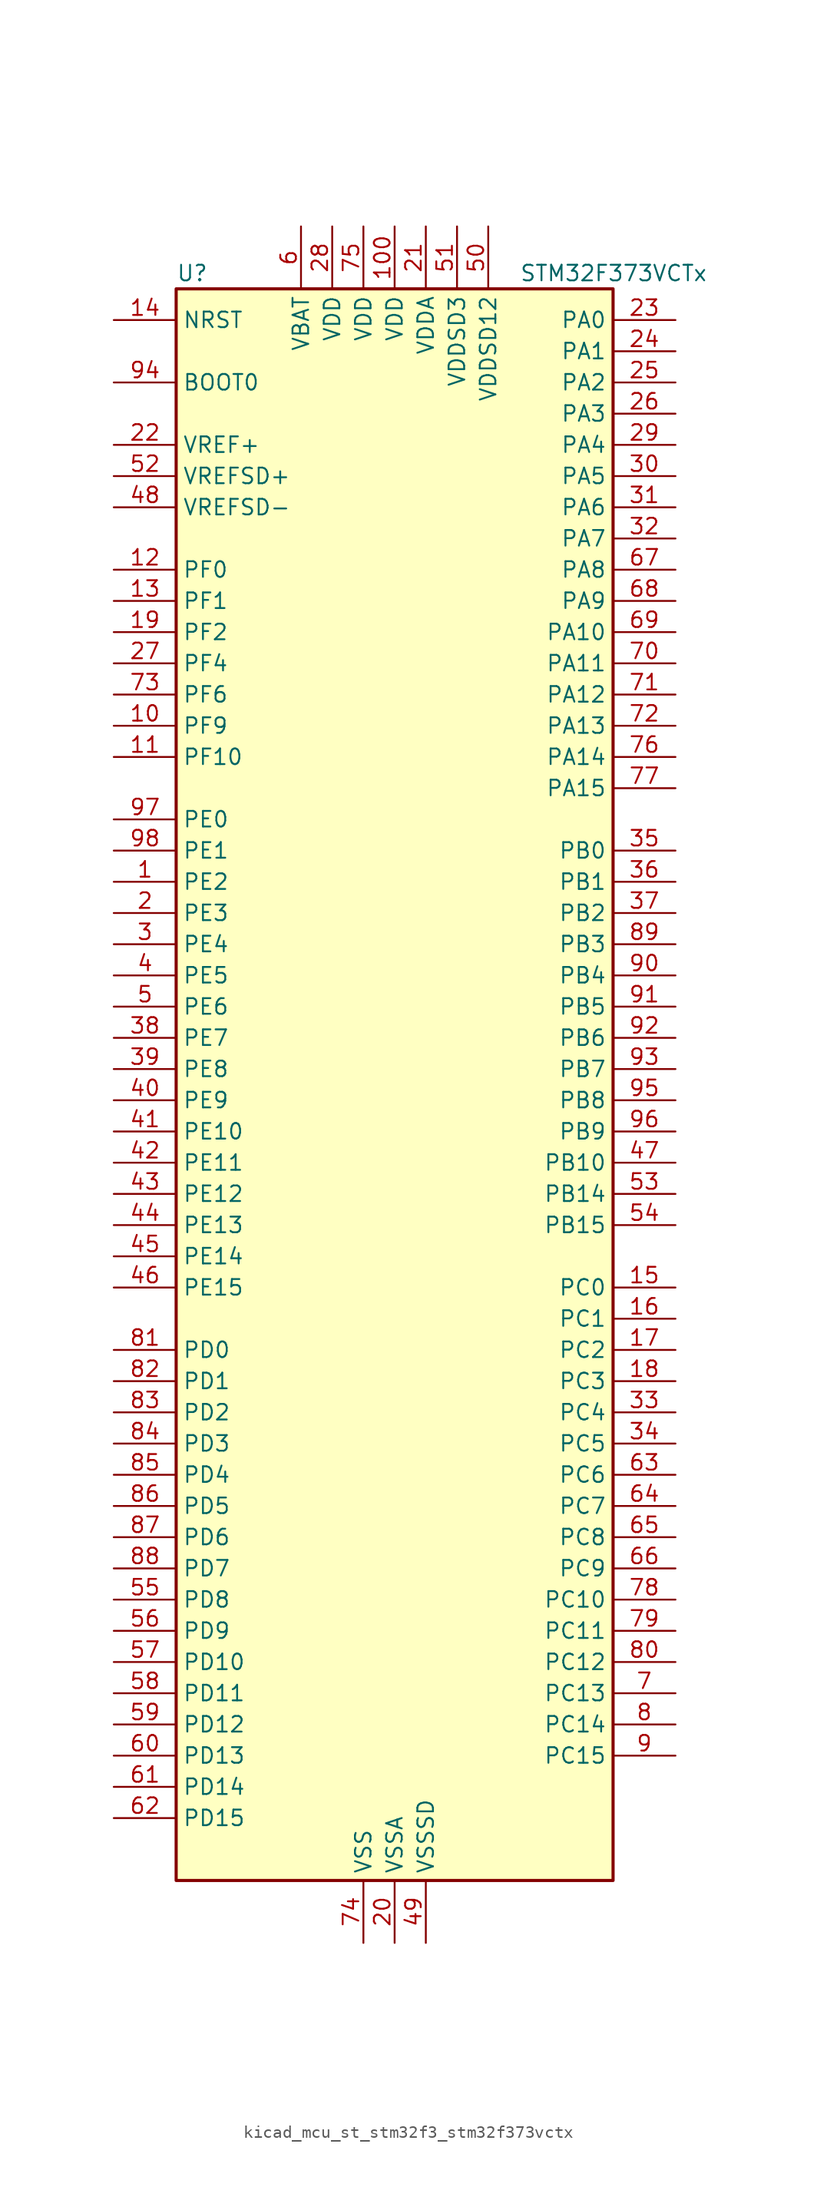
<source format=kicad_sym>
(kicad_symbol_lib
  (version 20220914)
  (generator kicad_symbol_editor)
  (symbol "kicad_mcu_st_stm32f3_stm32f373vctx"
    (property "Reference" "U"
      (at -17.78 67.31 0)
      (effects (font (size 1.27 1.27)) (justify left)))
    (property "Value" "STM32F373VCTx"
      (at 10.16 67.31 0)
      (effects (font (size 1.27 1.27)) (justify left)))
    (property "ki_locked" ""
      (at 0 0 0)
      (effects (font (size 1.27 1.27))))
    (symbol "kicad_mcu_st_stm32f3_stm32f373vctx_0_1"
      (rectangle (start -17.78 -63.5) (end 17.78 66.04) (stroke (width 0.254) (type default)) (fill (type background))))
    (symbol "kicad_mcu_st_stm32f3_stm32f373vctx_1_1"
      (pin bidirectional line (at -22.86 17.78 0) (length 5.08) (name "PE2" (effects (font (size 1.27 1.27)))) (number "1" (effects (font (size 1.27 1.27)))) (alternate "SYS_TRACECK" bidirectional line) (alternate "TSC_G7_IO1" bidirectional line))
      (pin bidirectional line (at -22.86 30.48 0) (length 5.08) (name "PF9" (effects (font (size 1.27 1.27)))) (number "10" (effects (font (size 1.27 1.27)))) (alternate "DAC1_EXTI9" bidirectional line) (alternate "DAC2_EXTI9" bidirectional line) (alternate "TIM14_CH1" bidirectional line))
      (pin power_in line (at 0 71.12 270) (length 5.08) (name "VDD" (effects (font (size 1.27 1.27)))) (number "100" (effects (font (size 1.27 1.27)))))
      (pin bidirectional line (at -22.86 27.94 0) (length 5.08) (name "PF10" (effects (font (size 1.27 1.27)))) (number "11" (effects (font (size 1.27 1.27)))))
      (pin bidirectional line (at -22.86 43.18 0) (length 5.08) (name "PF0" (effects (font (size 1.27 1.27)))) (number "12" (effects (font (size 1.27 1.27)))) (alternate "I2C2_SDA" bidirectional line) (alternate "RCC_OSC_IN" bidirectional line))
      (pin bidirectional line (at -22.86 40.64 0) (length 5.08) (name "PF1" (effects (font (size 1.27 1.27)))) (number "13" (effects (font (size 1.27 1.27)))) (alternate "I2C2_SCL" bidirectional line) (alternate "RCC_OSC_OUT" bidirectional line))
      (pin input line (at -22.86 63.5 0) (length 5.08) (name "NRST" (effects (font (size 1.27 1.27)))) (number "14" (effects (font (size 1.27 1.27)))))
      (pin bidirectional line (at 22.86 -15.24 180) (length 5.08) (name "PC0" (effects (font (size 1.27 1.27)))) (number "15" (effects (font (size 1.27 1.27)))) (alternate "ADC1_IN10" bidirectional line) (alternate "TIM5_CH1" bidirectional line) (alternate "TIM5_ETR" bidirectional line))
      (pin bidirectional line (at 22.86 -17.78 180) (length 5.08) (name "PC1" (effects (font (size 1.27 1.27)))) (number "16" (effects (font (size 1.27 1.27)))) (alternate "ADC1_IN11" bidirectional line) (alternate "TIM5_CH2" bidirectional line))
      (pin bidirectional line (at 22.86 -20.32 180) (length 5.08) (name "PC2" (effects (font (size 1.27 1.27)))) (number "17" (effects (font (size 1.27 1.27)))) (alternate "ADC1_IN12" bidirectional line) (alternate "I2S2_MCK" bidirectional line) (alternate "SPI2_MISO" bidirectional line) (alternate "TIM5_CH3" bidirectional line))
      (pin bidirectional line (at 22.86 -22.86 180) (length 5.08) (name "PC3" (effects (font (size 1.27 1.27)))) (number "18" (effects (font (size 1.27 1.27)))) (alternate "ADC1_IN13" bidirectional line) (alternate "I2S2_SD" bidirectional line) (alternate "SPI2_MOSI" bidirectional line) (alternate "TIM5_CH4" bidirectional line))
      (pin bidirectional line (at -22.86 38.1 0) (length 5.08) (name "PF2" (effects (font (size 1.27 1.27)))) (number "19" (effects (font (size 1.27 1.27)))) (alternate "I2C2_SMBA" bidirectional line))
      (pin bidirectional line (at -22.86 15.24 0) (length 5.08) (name "PE3" (effects (font (size 1.27 1.27)))) (number "2" (effects (font (size 1.27 1.27)))) (alternate "SYS_TRACED0" bidirectional line) (alternate "TSC_G7_IO2" bidirectional line))
      (pin power_in line (at 0 -68.58 90) (length 5.08) (name "VSSA" (effects (font (size 1.27 1.27)))) (number "20" (effects (font (size 1.27 1.27)))))
      (pin power_in line (at 2.54 71.12 270) (length 5.08) (name "VDDA" (effects (font (size 1.27 1.27)))) (number "21" (effects (font (size 1.27 1.27)))))
      (pin input line (at -22.86 53.34 0) (length 5.08) (name "VREF+" (effects (font (size 1.27 1.27)))) (number "22" (effects (font (size 1.27 1.27)))))
      (pin bidirectional line (at 22.86 63.5 180) (length 5.08) (name "PA0" (effects (font (size 1.27 1.27)))) (number "23" (effects (font (size 1.27 1.27)))) (alternate "ADC1_IN0" bidirectional line) (alternate "COMP1_INM" bidirectional line) (alternate "COMP1_OUT" bidirectional line) (alternate "RTC_TAMP2" bidirectional line) (alternate "SYS_WKUP1" bidirectional line) (alternate "TIM19_CH1" bidirectional line) (alternate "TIM2_CH1" bidirectional line) (alternate "TIM2_ETR" bidirectional line) (alternate "TIM5_CH1" bidirectional line) (alternate "TIM5_ETR" bidirectional line) (alternate "TSC_G1_IO1" bidirectional line) (alternate "USART2_CTS" bidirectional line))
      (pin bidirectional line (at 22.86 60.96 180) (length 5.08) (name "PA1" (effects (font (size 1.27 1.27)))) (number "24" (effects (font (size 1.27 1.27)))) (alternate "ADC1_IN1" bidirectional line) (alternate "COMP1_INP" bidirectional line) (alternate "I2S3_CK" bidirectional line) (alternate "RTC_REFIN" bidirectional line) (alternate "SPI3_SCK" bidirectional line) (alternate "TIM15_CH1N" bidirectional line) (alternate "TIM19_CH2" bidirectional line) (alternate "TIM2_CH2" bidirectional line) (alternate "TIM5_CH2" bidirectional line) (alternate "TSC_G1_IO2" bidirectional line) (alternate "USART2_DE" bidirectional line) (alternate "USART2_RTS" bidirectional line))
      (pin bidirectional line (at 22.86 58.42 180) (length 5.08) (name "PA2" (effects (font (size 1.27 1.27)))) (number "25" (effects (font (size 1.27 1.27)))) (alternate "ADC1_IN2" bidirectional line) (alternate "COMP2_INM" bidirectional line) (alternate "COMP2_OUT" bidirectional line) (alternate "I2S3_MCK" bidirectional line) (alternate "SPI3_MISO" bidirectional line) (alternate "TIM15_CH1" bidirectional line) (alternate "TIM19_CH3" bidirectional line) (alternate "TIM2_CH3" bidirectional line) (alternate "TIM5_CH3" bidirectional line) (alternate "TSC_G1_IO3" bidirectional line) (alternate "USART2_TX" bidirectional line))
      (pin bidirectional line (at 22.86 55.88 180) (length 5.08) (name "PA3" (effects (font (size 1.27 1.27)))) (number "26" (effects (font (size 1.27 1.27)))) (alternate "ADC1_IN3" bidirectional line) (alternate "COMP2_INP" bidirectional line) (alternate "I2S3_SD" bidirectional line) (alternate "SPI3_MOSI" bidirectional line) (alternate "TIM15_CH2" bidirectional line) (alternate "TIM19_CH4" bidirectional line) (alternate "TIM2_CH4" bidirectional line) (alternate "TIM5_CH4" bidirectional line) (alternate "TSC_G1_IO4" bidirectional line) (alternate "USART2_RX" bidirectional line))
      (pin bidirectional line (at -22.86 35.56 0) (length 5.08) (name "PF4" (effects (font (size 1.27 1.27)))) (number "27" (effects (font (size 1.27 1.27)))))
      (pin power_in line (at -5.08 71.12 270) (length 5.08) (name "VDD" (effects (font (size 1.27 1.27)))) (number "28" (effects (font (size 1.27 1.27)))))
      (pin bidirectional line (at 22.86 53.34 180) (length 5.08) (name "PA4" (effects (font (size 1.27 1.27)))) (number "29" (effects (font (size 1.27 1.27)))) (alternate "ADC1_IN4" bidirectional line) (alternate "DAC1_OUT1" bidirectional line) (alternate "I2S1_WS" bidirectional line) (alternate "I2S3_WS" bidirectional line) (alternate "SPI1_NSS" bidirectional line) (alternate "SPI3_NSS" bidirectional line) (alternate "TIM12_CH1" bidirectional line) (alternate "TIM3_CH2" bidirectional line) (alternate "TSC_G2_IO1" bidirectional line) (alternate "USART2_CK" bidirectional line))
      (pin bidirectional line (at -22.86 12.7 0) (length 5.08) (name "PE4" (effects (font (size 1.27 1.27)))) (number "3" (effects (font (size 1.27 1.27)))) (alternate "SYS_TRACED1" bidirectional line) (alternate "TSC_G7_IO3" bidirectional line))
      (pin bidirectional line (at 22.86 50.8 180) (length 5.08) (name "PA5" (effects (font (size 1.27 1.27)))) (number "30" (effects (font (size 1.27 1.27)))) (alternate "ADC1_IN5" bidirectional line) (alternate "CEC" bidirectional line) (alternate "DAC1_OUT2" bidirectional line) (alternate "I2S1_CK" bidirectional line) (alternate "SPI1_SCK" bidirectional line) (alternate "TIM12_CH2" bidirectional line) (alternate "TIM14_CH1" bidirectional line) (alternate "TIM2_CH1" bidirectional line) (alternate "TIM2_ETR" bidirectional line) (alternate "TSC_G2_IO2" bidirectional line))
      (pin bidirectional line (at 22.86 48.26 180) (length 5.08) (name "PA6" (effects (font (size 1.27 1.27)))) (number "31" (effects (font (size 1.27 1.27)))) (alternate "ADC1_IN6" bidirectional line) (alternate "COMP1_OUT" bidirectional line) (alternate "DAC2_OUT1" bidirectional line) (alternate "I2S1_MCK" bidirectional line) (alternate "SPI1_MISO" bidirectional line) (alternate "TIM13_CH1" bidirectional line) (alternate "TIM16_CH1" bidirectional line) (alternate "TIM3_CH1" bidirectional line) (alternate "TSC_G2_IO3" bidirectional line))
      (pin bidirectional line (at 22.86 45.72 180) (length 5.08) (name "PA7" (effects (font (size 1.27 1.27)))) (number "32" (effects (font (size 1.27 1.27)))) (alternate "ADC1_IN7" bidirectional line) (alternate "COMP2_OUT" bidirectional line) (alternate "I2S1_SD" bidirectional line) (alternate "SPI1_MOSI" bidirectional line) (alternate "TIM14_CH1" bidirectional line) (alternate "TIM17_CH1" bidirectional line) (alternate "TIM3_CH2" bidirectional line) (alternate "TSC_G2_IO4" bidirectional line))
      (pin bidirectional line (at 22.86 -25.4 180) (length 5.08) (name "PC4" (effects (font (size 1.27 1.27)))) (number "33" (effects (font (size 1.27 1.27)))) (alternate "ADC1_IN14" bidirectional line) (alternate "TIM13_CH1" bidirectional line) (alternate "TSC_G3_IO1" bidirectional line) (alternate "USART1_TX" bidirectional line))
      (pin bidirectional line (at 22.86 -27.94 180) (length 5.08) (name "PC5" (effects (font (size 1.27 1.27)))) (number "34" (effects (font (size 1.27 1.27)))) (alternate "ADC1_IN15" bidirectional line) (alternate "TSC_G3_IO2" bidirectional line) (alternate "USART1_RX" bidirectional line))
      (pin bidirectional line (at 22.86 20.32 180) (length 5.08) (name "PB0" (effects (font (size 1.27 1.27)))) (number "35" (effects (font (size 1.27 1.27)))) (alternate "ADC1_IN8" bidirectional line) (alternate "I2S1_SD" bidirectional line) (alternate "SDADC1_AIN6P" bidirectional line) (alternate "SPI1_MOSI" bidirectional line) (alternate "TIM3_CH2" bidirectional line) (alternate "TIM3_CH3" bidirectional line) (alternate "TSC_G3_IO3" bidirectional line))
      (pin bidirectional line (at 22.86 17.78 180) (length 5.08) (name "PB1" (effects (font (size 1.27 1.27)))) (number "36" (effects (font (size 1.27 1.27)))) (alternate "ADC1_IN9" bidirectional line) (alternate "SDADC1_AIN5P" bidirectional line) (alternate "SDADC1_AIN6M" bidirectional line) (alternate "TIM3_CH4" bidirectional line) (alternate "TSC_G3_IO4" bidirectional line))
      (pin bidirectional line (at 22.86 15.24 180) (length 5.08) (name "PB2" (effects (font (size 1.27 1.27)))) (number "37" (effects (font (size 1.27 1.27)))) (alternate "SDADC1_AIN4P" bidirectional line) (alternate "SDADC2_AIN6P" bidirectional line))
      (pin bidirectional line (at -22.86 5.08 0) (length 5.08) (name "PE7" (effects (font (size 1.27 1.27)))) (number "38" (effects (font (size 1.27 1.27)))) (alternate "SDADC1_AIN3P" bidirectional line) (alternate "SDADC1_AIN4M" bidirectional line) (alternate "SDADC2_AIN5P" bidirectional line) (alternate "SDADC2_AIN6M" bidirectional line))
      (pin bidirectional line (at -22.86 2.54 0) (length 5.08) (name "PE8" (effects (font (size 1.27 1.27)))) (number "39" (effects (font (size 1.27 1.27)))) (alternate "SDADC1_AIN8P" bidirectional line) (alternate "SDADC2_AIN8P" bidirectional line))
      (pin bidirectional line (at -22.86 10.16 0) (length 5.08) (name "PE5" (effects (font (size 1.27 1.27)))) (number "4" (effects (font (size 1.27 1.27)))) (alternate "SYS_TRACED2" bidirectional line) (alternate "TSC_G7_IO4" bidirectional line))
      (pin bidirectional line (at -22.86 0 0) (length 5.08) (name "PE9" (effects (font (size 1.27 1.27)))) (number "40" (effects (font (size 1.27 1.27)))) (alternate "DAC1_EXTI9" bidirectional line) (alternate "DAC2_EXTI9" bidirectional line) (alternate "SDADC1_AIN7P" bidirectional line) (alternate "SDADC1_AIN8M" bidirectional line) (alternate "SDADC2_AIN7P" bidirectional line) (alternate "SDADC2_AIN8M" bidirectional line))
      (pin bidirectional line (at -22.86 -2.54 0) (length 5.08) (name "PE10" (effects (font (size 1.27 1.27)))) (number "41" (effects (font (size 1.27 1.27)))) (alternate "SDADC1_AIN2P" bidirectional line))
      (pin bidirectional line (at -22.86 -5.08 0) (length 5.08) (name "PE11" (effects (font (size 1.27 1.27)))) (number "42" (effects (font (size 1.27 1.27)))) (alternate "ADC1_EXTI11" bidirectional line) (alternate "SDADC1_AIN1P" bidirectional line) (alternate "SDADC1_AIN2M" bidirectional line) (alternate "SDADC1_EXTI11" bidirectional line) (alternate "SDADC2_AIN4P" bidirectional line) (alternate "SDADC2_EXTI11" bidirectional line) (alternate "SDADC3_EXTI11" bidirectional line))
      (pin bidirectional line (at -22.86 -7.62 0) (length 5.08) (name "PE12" (effects (font (size 1.27 1.27)))) (number "43" (effects (font (size 1.27 1.27)))) (alternate "SDADC1_AIN0P" bidirectional line) (alternate "SDADC2_AIN3P" bidirectional line) (alternate "SDADC2_AIN4M" bidirectional line))
      (pin bidirectional line (at -22.86 -10.16 0) (length 5.08) (name "PE13" (effects (font (size 1.27 1.27)))) (number "44" (effects (font (size 1.27 1.27)))) (alternate "SDADC1_AIN0M" bidirectional line) (alternate "SDADC2_AIN2P" bidirectional line))
      (pin bidirectional line (at -22.86 -12.7 0) (length 5.08) (name "PE14" (effects (font (size 1.27 1.27)))) (number "45" (effects (font (size 1.27 1.27)))) (alternate "SDADC2_AIN1P" bidirectional line) (alternate "SDADC2_AIN2M" bidirectional line))
      (pin bidirectional line (at -22.86 -15.24 0) (length 5.08) (name "PE15" (effects (font (size 1.27 1.27)))) (number "46" (effects (font (size 1.27 1.27)))) (alternate "ADC1_EXTI15" bidirectional line) (alternate "SDADC1_EXTI15" bidirectional line) (alternate "SDADC2_AIN0P" bidirectional line) (alternate "SDADC2_EXTI15" bidirectional line) (alternate "SDADC3_EXTI15" bidirectional line) (alternate "USART3_RX" bidirectional line))
      (pin bidirectional line (at 22.86 -5.08 180) (length 5.08) (name "PB10" (effects (font (size 1.27 1.27)))) (number "47" (effects (font (size 1.27 1.27)))) (alternate "CEC" bidirectional line) (alternate "I2S2_CK" bidirectional line) (alternate "SDADC2_AIN0M" bidirectional line) (alternate "SPI2_SCK" bidirectional line) (alternate "TIM2_CH3" bidirectional line) (alternate "TSC_SYNC" bidirectional line) (alternate "USART3_TX" bidirectional line))
      (pin input line (at -22.86 48.26 0) (length 5.08) (name "VREFSD-" (effects (font (size 1.27 1.27)))) (number "48" (effects (font (size 1.27 1.27)))))
      (pin power_in line (at 2.54 -68.58 90) (length 5.08) (name "VSSSD" (effects (font (size 1.27 1.27)))) (number "49" (effects (font (size 1.27 1.27)))))
      (pin bidirectional line (at -22.86 7.62 0) (length 5.08) (name "PE6" (effects (font (size 1.27 1.27)))) (number "5" (effects (font (size 1.27 1.27)))) (alternate "RTC_TAMP3" bidirectional line) (alternate "SYS_TRACED3" bidirectional line) (alternate "SYS_WKUP3" bidirectional line))
      (pin power_in line (at 7.62 71.12 270) (length 5.08) (name "VDDSD12" (effects (font (size 1.27 1.27)))) (number "50" (effects (font (size 1.27 1.27)))))
      (pin power_in line (at 5.08 71.12 270) (length 5.08) (name "VDDSD3" (effects (font (size 1.27 1.27)))) (number "51" (effects (font (size 1.27 1.27)))))
      (pin input line (at -22.86 50.8 0) (length 5.08) (name "VREFSD+" (effects (font (size 1.27 1.27)))) (number "52" (effects (font (size 1.27 1.27)))))
      (pin bidirectional line (at 22.86 -7.62 180) (length 5.08) (name "PB14" (effects (font (size 1.27 1.27)))) (number "53" (effects (font (size 1.27 1.27)))) (alternate "I2S2_MCK" bidirectional line) (alternate "SDADC3_AIN8P" bidirectional line) (alternate "SPI2_MISO" bidirectional line) (alternate "TIM12_CH1" bidirectional line) (alternate "TIM15_CH1" bidirectional line) (alternate "TSC_G6_IO1" bidirectional line) (alternate "USART3_DE" bidirectional line) (alternate "USART3_RTS" bidirectional line))
      (pin bidirectional line (at 22.86 -10.16 180) (length 5.08) (name "PB15" (effects (font (size 1.27 1.27)))) (number "54" (effects (font (size 1.27 1.27)))) (alternate "ADC1_EXTI15" bidirectional line) (alternate "I2S2_SD" bidirectional line) (alternate "RTC_REFIN" bidirectional line) (alternate "SDADC1_EXTI15" bidirectional line) (alternate "SDADC2_EXTI15" bidirectional line) (alternate "SDADC3_AIN7P" bidirectional line) (alternate "SDADC3_AIN8M" bidirectional line) (alternate "SDADC3_EXTI15" bidirectional line) (alternate "SPI2_MOSI" bidirectional line) (alternate "TIM12_CH2" bidirectional line) (alternate "TIM15_CH1N" bidirectional line) (alternate "TIM15_CH2" bidirectional line) (alternate "TSC_G6_IO2" bidirectional line))
      (pin bidirectional line (at -22.86 -40.64 0) (length 5.08) (name "PD8" (effects (font (size 1.27 1.27)))) (number "55" (effects (font (size 1.27 1.27)))) (alternate "I2S2_CK" bidirectional line) (alternate "SDADC3_AIN6P" bidirectional line) (alternate "SPI2_SCK" bidirectional line) (alternate "TSC_G6_IO3" bidirectional line) (alternate "USART3_TX" bidirectional line))
      (pin bidirectional line (at -22.86 -43.18 0) (length 5.08) (name "PD9" (effects (font (size 1.27 1.27)))) (number "56" (effects (font (size 1.27 1.27)))) (alternate "DAC1_EXTI9" bidirectional line) (alternate "DAC2_EXTI9" bidirectional line) (alternate "SDADC3_AIN5P" bidirectional line) (alternate "SDADC3_AIN6M" bidirectional line) (alternate "TSC_G6_IO4" bidirectional line) (alternate "USART3_RX" bidirectional line))
      (pin bidirectional line (at -22.86 -45.72 0) (length 5.08) (name "PD10" (effects (font (size 1.27 1.27)))) (number "57" (effects (font (size 1.27 1.27)))) (alternate "SDADC3_AIN4P" bidirectional line) (alternate "USART3_CK" bidirectional line))
      (pin bidirectional line (at -22.86 -48.26 0) (length 5.08) (name "PD11" (effects (font (size 1.27 1.27)))) (number "58" (effects (font (size 1.27 1.27)))) (alternate "ADC1_EXTI11" bidirectional line) (alternate "SDADC1_EXTI11" bidirectional line) (alternate "SDADC2_EXTI11" bidirectional line) (alternate "SDADC3_AIN3P" bidirectional line) (alternate "SDADC3_AIN4M" bidirectional line) (alternate "SDADC3_EXTI11" bidirectional line) (alternate "USART3_CTS" bidirectional line))
      (pin bidirectional line (at -22.86 -50.8 0) (length 5.08) (name "PD12" (effects (font (size 1.27 1.27)))) (number "59" (effects (font (size 1.27 1.27)))) (alternate "SDADC3_AIN2P" bidirectional line) (alternate "TIM4_CH1" bidirectional line) (alternate "TSC_G8_IO1" bidirectional line) (alternate "USART3_DE" bidirectional line) (alternate "USART3_RTS" bidirectional line))
      (pin power_in line (at -7.62 71.12 270) (length 5.08) (name "VBAT" (effects (font (size 1.27 1.27)))) (number "6" (effects (font (size 1.27 1.27)))))
      (pin bidirectional line (at -22.86 -53.34 0) (length 5.08) (name "PD13" (effects (font (size 1.27 1.27)))) (number "60" (effects (font (size 1.27 1.27)))) (alternate "SDADC3_AIN1P" bidirectional line) (alternate "SDADC3_AIN2M" bidirectional line) (alternate "TIM4_CH2" bidirectional line) (alternate "TSC_G8_IO2" bidirectional line))
      (pin bidirectional line (at -22.86 -55.88 0) (length 5.08) (name "PD14" (effects (font (size 1.27 1.27)))) (number "61" (effects (font (size 1.27 1.27)))) (alternate "SDADC3_AIN0P" bidirectional line) (alternate "TIM4_CH3" bidirectional line) (alternate "TSC_G8_IO3" bidirectional line))
      (pin bidirectional line (at -22.86 -58.42 0) (length 5.08) (name "PD15" (effects (font (size 1.27 1.27)))) (number "62" (effects (font (size 1.27 1.27)))) (alternate "ADC1_EXTI15" bidirectional line) (alternate "SDADC1_EXTI15" bidirectional line) (alternate "SDADC2_EXTI15" bidirectional line) (alternate "SDADC3_AIN0M" bidirectional line) (alternate "SDADC3_EXTI15" bidirectional line) (alternate "TIM4_CH4" bidirectional line) (alternate "TSC_G8_IO4" bidirectional line))
      (pin bidirectional line (at 22.86 -30.48 180) (length 5.08) (name "PC6" (effects (font (size 1.27 1.27)))) (number "63" (effects (font (size 1.27 1.27)))) (alternate "I2S1_WS" bidirectional line) (alternate "SPI1_NSS" bidirectional line) (alternate "TIM3_CH1" bidirectional line))
      (pin bidirectional line (at 22.86 -33.02 180) (length 5.08) (name "PC7" (effects (font (size 1.27 1.27)))) (number "64" (effects (font (size 1.27 1.27)))) (alternate "I2S1_CK" bidirectional line) (alternate "SPI1_SCK" bidirectional line) (alternate "TIM3_CH2" bidirectional line))
      (pin bidirectional line (at 22.86 -35.56 180) (length 5.08) (name "PC8" (effects (font (size 1.27 1.27)))) (number "65" (effects (font (size 1.27 1.27)))) (alternate "I2S1_MCK" bidirectional line) (alternate "SPI1_MISO" bidirectional line) (alternate "TIM3_CH3" bidirectional line))
      (pin bidirectional line (at 22.86 -38.1 180) (length 5.08) (name "PC9" (effects (font (size 1.27 1.27)))) (number "66" (effects (font (size 1.27 1.27)))) (alternate "DAC1_EXTI9" bidirectional line) (alternate "DAC2_EXTI9" bidirectional line) (alternate "I2S1_SD" bidirectional line) (alternate "SPI1_MOSI" bidirectional line) (alternate "TIM3_CH4" bidirectional line))
      (pin bidirectional line (at 22.86 43.18 180) (length 5.08) (name "PA8" (effects (font (size 1.27 1.27)))) (number "67" (effects (font (size 1.27 1.27)))) (alternate "I2C2_SMBA" bidirectional line) (alternate "I2S2_CK" bidirectional line) (alternate "RCC_MCO" bidirectional line) (alternate "SPI2_SCK" bidirectional line) (alternate "TIM4_ETR" bidirectional line) (alternate "TIM5_CH1" bidirectional line) (alternate "TIM5_ETR" bidirectional line) (alternate "USART1_CK" bidirectional line))
      (pin bidirectional line (at 22.86 40.64 180) (length 5.08) (name "PA9" (effects (font (size 1.27 1.27)))) (number "68" (effects (font (size 1.27 1.27)))) (alternate "DAC1_EXTI9" bidirectional line) (alternate "DAC2_EXTI9" bidirectional line) (alternate "I2C2_SCL" bidirectional line) (alternate "I2S2_MCK" bidirectional line) (alternate "SPI2_MISO" bidirectional line) (alternate "TIM13_CH1" bidirectional line) (alternate "TIM15_BKIN" bidirectional line) (alternate "TIM2_CH3" bidirectional line) (alternate "TSC_G4_IO1" bidirectional line) (alternate "USART1_TX" bidirectional line))
      (pin bidirectional line (at 22.86 38.1 180) (length 5.08) (name "PA10" (effects (font (size 1.27 1.27)))) (number "69" (effects (font (size 1.27 1.27)))) (alternate "I2C2_SDA" bidirectional line) (alternate "I2S2_SD" bidirectional line) (alternate "SPI2_MOSI" bidirectional line) (alternate "TIM14_CH1" bidirectional line) (alternate "TIM17_BKIN" bidirectional line) (alternate "TIM2_CH4" bidirectional line) (alternate "TSC_G4_IO2" bidirectional line) (alternate "USART1_RX" bidirectional line))
      (pin bidirectional line (at 22.86 -48.26 180) (length 5.08) (name "PC13" (effects (font (size 1.27 1.27)))) (number "7" (effects (font (size 1.27 1.27)))) (alternate "RTC_OUT_ALARM" bidirectional line) (alternate "RTC_OUT_CALIB" bidirectional line) (alternate "RTC_TAMP1" bidirectional line) (alternate "RTC_TS" bidirectional line) (alternate "SYS_WKUP2" bidirectional line))
      (pin bidirectional line (at 22.86 35.56 180) (length 5.08) (name "PA11" (effects (font (size 1.27 1.27)))) (number "70" (effects (font (size 1.27 1.27)))) (alternate "ADC1_EXTI11" bidirectional line) (alternate "CAN_RX" bidirectional line) (alternate "COMP1_OUT" bidirectional line) (alternate "I2S1_WS" bidirectional line) (alternate "I2S2_WS" bidirectional line) (alternate "SDADC1_EXTI11" bidirectional line) (alternate "SDADC2_EXTI11" bidirectional line) (alternate "SDADC3_EXTI11" bidirectional line) (alternate "SPI1_NSS" bidirectional line) (alternate "SPI2_NSS" bidirectional line) (alternate "TIM4_CH1" bidirectional line) (alternate "TIM5_CH2" bidirectional line) (alternate "USART1_CTS" bidirectional line) (alternate "USB_DM" bidirectional line))
      (pin bidirectional line (at 22.86 33.02 180) (length 5.08) (name "PA12" (effects (font (size 1.27 1.27)))) (number "71" (effects (font (size 1.27 1.27)))) (alternate "CAN_TX" bidirectional line) (alternate "COMP2_OUT" bidirectional line) (alternate "I2S1_CK" bidirectional line) (alternate "SPI1_SCK" bidirectional line) (alternate "TIM16_CH1" bidirectional line) (alternate "TIM4_CH2" bidirectional line) (alternate "TIM5_CH3" bidirectional line) (alternate "USART1_DE" bidirectional line) (alternate "USART1_RTS" bidirectional line) (alternate "USB_DP" bidirectional line))
      (pin bidirectional line (at 22.86 30.48 180) (length 5.08) (name "PA13" (effects (font (size 1.27 1.27)))) (number "72" (effects (font (size 1.27 1.27)))) (alternate "I2S1_MCK" bidirectional line) (alternate "IR_OUT" bidirectional line) (alternate "SPI1_MISO" bidirectional line) (alternate "SYS_JTMS-SWDIO" bidirectional line) (alternate "TIM16_CH1N" bidirectional line) (alternate "TIM4_CH3" bidirectional line) (alternate "TIM5_CH4" bidirectional line) (alternate "TSC_G4_IO3" bidirectional line) (alternate "USART3_CTS" bidirectional line))
      (pin bidirectional line (at -22.86 33.02 0) (length 5.08) (name "PF6" (effects (font (size 1.27 1.27)))) (number "73" (effects (font (size 1.27 1.27)))) (alternate "I2C2_SCL" bidirectional line) (alternate "I2S1_SD" bidirectional line) (alternate "SPI1_MOSI" bidirectional line) (alternate "TIM4_CH4" bidirectional line) (alternate "USART3_DE" bidirectional line) (alternate "USART3_RTS" bidirectional line))
      (pin power_in line (at -2.54 -68.58 90) (length 5.08) (name "VSS" (effects (font (size 1.27 1.27)))) (number "74" (effects (font (size 1.27 1.27)))))
      (pin power_in line (at -2.54 71.12 270) (length 5.08) (name "VDD" (effects (font (size 1.27 1.27)))) (number "75" (effects (font (size 1.27 1.27)))))
      (pin bidirectional line (at 22.86 27.94 180) (length 5.08) (name "PA14" (effects (font (size 1.27 1.27)))) (number "76" (effects (font (size 1.27 1.27)))) (alternate "I2C1_SDA" bidirectional line) (alternate "SYS_JTCK-SWCLK" bidirectional line) (alternate "TIM12_CH1" bidirectional line) (alternate "TSC_G4_IO4" bidirectional line))
      (pin bidirectional line (at 22.86 25.4 180) (length 5.08) (name "PA15" (effects (font (size 1.27 1.27)))) (number "77" (effects (font (size 1.27 1.27)))) (alternate "ADC1_EXTI15" bidirectional line) (alternate "I2C1_SCL" bidirectional line) (alternate "I2S1_WS" bidirectional line) (alternate "I2S3_WS" bidirectional line) (alternate "SDADC1_EXTI15" bidirectional line) (alternate "SDADC2_EXTI15" bidirectional line) (alternate "SDADC3_EXTI15" bidirectional line) (alternate "SPI1_NSS" bidirectional line) (alternate "SPI3_NSS" bidirectional line) (alternate "SYS_JTDI" bidirectional line) (alternate "TIM12_CH2" bidirectional line) (alternate "TIM2_CH1" bidirectional line) (alternate "TIM2_ETR" bidirectional line) (alternate "TSC_SYNC" bidirectional line))
      (pin bidirectional line (at 22.86 -40.64 180) (length 5.08) (name "PC10" (effects (font (size 1.27 1.27)))) (number "78" (effects (font (size 1.27 1.27)))) (alternate "I2S3_CK" bidirectional line) (alternate "SPI3_SCK" bidirectional line) (alternate "TIM19_CH1" bidirectional line) (alternate "USART3_TX" bidirectional line))
      (pin bidirectional line (at 22.86 -43.18 180) (length 5.08) (name "PC11" (effects (font (size 1.27 1.27)))) (number "79" (effects (font (size 1.27 1.27)))) (alternate "ADC1_EXTI11" bidirectional line) (alternate "I2S3_MCK" bidirectional line) (alternate "SDADC1_EXTI11" bidirectional line) (alternate "SDADC2_EXTI11" bidirectional line) (alternate "SDADC3_EXTI11" bidirectional line) (alternate "SPI3_MISO" bidirectional line) (alternate "TIM19_CH2" bidirectional line) (alternate "USART3_RX" bidirectional line))
      (pin bidirectional line (at 22.86 -50.8 180) (length 5.08) (name "PC14" (effects (font (size 1.27 1.27)))) (number "8" (effects (font (size 1.27 1.27)))) (alternate "RCC_OSC32_IN" bidirectional line))
      (pin bidirectional line (at 22.86 -45.72 180) (length 5.08) (name "PC12" (effects (font (size 1.27 1.27)))) (number "80" (effects (font (size 1.27 1.27)))) (alternate "I2S3_SD" bidirectional line) (alternate "SPI3_MOSI" bidirectional line) (alternate "TIM19_CH3" bidirectional line) (alternate "USART3_CK" bidirectional line))
      (pin bidirectional line (at -22.86 -20.32 0) (length 5.08) (name "PD0" (effects (font (size 1.27 1.27)))) (number "81" (effects (font (size 1.27 1.27)))) (alternate "CAN_RX" bidirectional line) (alternate "TIM19_CH4" bidirectional line))
      (pin bidirectional line (at -22.86 -22.86 0) (length 5.08) (name "PD1" (effects (font (size 1.27 1.27)))) (number "82" (effects (font (size 1.27 1.27)))) (alternate "CAN_TX" bidirectional line) (alternate "TIM19_ETR" bidirectional line))
      (pin bidirectional line (at -22.86 -25.4 0) (length 5.08) (name "PD2" (effects (font (size 1.27 1.27)))) (number "83" (effects (font (size 1.27 1.27)))) (alternate "TIM3_ETR" bidirectional line))
      (pin bidirectional line (at -22.86 -27.94 0) (length 5.08) (name "PD3" (effects (font (size 1.27 1.27)))) (number "84" (effects (font (size 1.27 1.27)))) (alternate "I2S2_MCK" bidirectional line) (alternate "SPI2_MISO" bidirectional line) (alternate "USART2_CTS" bidirectional line))
      (pin bidirectional line (at -22.86 -30.48 0) (length 5.08) (name "PD4" (effects (font (size 1.27 1.27)))) (number "85" (effects (font (size 1.27 1.27)))) (alternate "I2S2_SD" bidirectional line) (alternate "SPI2_MOSI" bidirectional line) (alternate "USART2_DE" bidirectional line) (alternate "USART2_RTS" bidirectional line))
      (pin bidirectional line (at -22.86 -33.02 0) (length 5.08) (name "PD5" (effects (font (size 1.27 1.27)))) (number "86" (effects (font (size 1.27 1.27)))) (alternate "USART2_TX" bidirectional line))
      (pin bidirectional line (at -22.86 -35.56 0) (length 5.08) (name "PD6" (effects (font (size 1.27 1.27)))) (number "87" (effects (font (size 1.27 1.27)))) (alternate "I2S2_WS" bidirectional line) (alternate "SPI2_NSS" bidirectional line) (alternate "USART2_RX" bidirectional line))
      (pin bidirectional line (at -22.86 -38.1 0) (length 5.08) (name "PD7" (effects (font (size 1.27 1.27)))) (number "88" (effects (font (size 1.27 1.27)))) (alternate "I2S2_CK" bidirectional line) (alternate "SPI2_SCK" bidirectional line) (alternate "USART2_CK" bidirectional line))
      (pin bidirectional line (at 22.86 12.7 180) (length 5.08) (name "PB3" (effects (font (size 1.27 1.27)))) (number "89" (effects (font (size 1.27 1.27)))) (alternate "I2S1_CK" bidirectional line) (alternate "I2S3_CK" bidirectional line) (alternate "SPI1_SCK" bidirectional line) (alternate "SPI3_SCK" bidirectional line) (alternate "SYS_JTDO-TRACESWO" bidirectional line) (alternate "TIM13_CH1" bidirectional line) (alternate "TIM2_CH2" bidirectional line) (alternate "TIM3_ETR" bidirectional line) (alternate "TIM4_ETR" bidirectional line) (alternate "TSC_G5_IO1" bidirectional line) (alternate "USART2_TX" bidirectional line))
      (pin bidirectional line (at 22.86 -53.34 180) (length 5.08) (name "PC15" (effects (font (size 1.27 1.27)))) (number "9" (effects (font (size 1.27 1.27)))) (alternate "ADC1_EXTI15" bidirectional line) (alternate "RCC_OSC32_OUT" bidirectional line) (alternate "SDADC1_EXTI15" bidirectional line) (alternate "SDADC2_EXTI15" bidirectional line) (alternate "SDADC3_EXTI15" bidirectional line))
      (pin bidirectional line (at 22.86 10.16 180) (length 5.08) (name "PB4" (effects (font (size 1.27 1.27)))) (number "90" (effects (font (size 1.27 1.27)))) (alternate "I2S1_MCK" bidirectional line) (alternate "I2S3_MCK" bidirectional line) (alternate "SPI1_MISO" bidirectional line) (alternate "SPI3_MISO" bidirectional line) (alternate "SYS_NJTRST" bidirectional line) (alternate "TIM15_CH1N" bidirectional line) (alternate "TIM16_CH1" bidirectional line) (alternate "TIM17_BKIN" bidirectional line) (alternate "TIM3_CH1" bidirectional line) (alternate "TSC_G5_IO2" bidirectional line) (alternate "USART2_RX" bidirectional line))
      (pin bidirectional line (at 22.86 7.62 180) (length 5.08) (name "PB5" (effects (font (size 1.27 1.27)))) (number "91" (effects (font (size 1.27 1.27)))) (alternate "I2C1_SMBA" bidirectional line) (alternate "I2S1_SD" bidirectional line) (alternate "I2S3_SD" bidirectional line) (alternate "SPI1_MOSI" bidirectional line) (alternate "SPI3_MOSI" bidirectional line) (alternate "TIM16_BKIN" bidirectional line) (alternate "TIM17_CH1" bidirectional line) (alternate "TIM19_ETR" bidirectional line) (alternate "TIM3_CH2" bidirectional line) (alternate "USART2_CK" bidirectional line))
      (pin bidirectional line (at 22.86 5.08 180) (length 5.08) (name "PB6" (effects (font (size 1.27 1.27)))) (number "92" (effects (font (size 1.27 1.27)))) (alternate "I2C1_SCL" bidirectional line) (alternate "TIM15_CH1" bidirectional line) (alternate "TIM16_CH1N" bidirectional line) (alternate "TIM19_CH1" bidirectional line) (alternate "TIM3_CH3" bidirectional line) (alternate "TIM4_CH1" bidirectional line) (alternate "TSC_G5_IO3" bidirectional line) (alternate "USART1_TX" bidirectional line))
      (pin bidirectional line (at 22.86 2.54 180) (length 5.08) (name "PB7" (effects (font (size 1.27 1.27)))) (number "93" (effects (font (size 1.27 1.27)))) (alternate "I2C1_SDA" bidirectional line) (alternate "TIM15_CH2" bidirectional line) (alternate "TIM17_CH1N" bidirectional line) (alternate "TIM19_CH2" bidirectional line) (alternate "TIM3_CH4" bidirectional line) (alternate "TIM4_CH2" bidirectional line) (alternate "TSC_G5_IO4" bidirectional line) (alternate "USART1_RX" bidirectional line))
      (pin input line (at -22.86 58.42 0) (length 5.08) (name "BOOT0" (effects (font (size 1.27 1.27)))) (number "94" (effects (font (size 1.27 1.27)))))
      (pin bidirectional line (at 22.86 0 180) (length 5.08) (name "PB8" (effects (font (size 1.27 1.27)))) (number "95" (effects (font (size 1.27 1.27)))) (alternate "CAN_RX" bidirectional line) (alternate "CEC" bidirectional line) (alternate "COMP1_OUT" bidirectional line) (alternate "I2C1_SCL" bidirectional line) (alternate "I2S2_CK" bidirectional line) (alternate "SPI2_SCK" bidirectional line) (alternate "TIM16_CH1" bidirectional line) (alternate "TIM19_CH3" bidirectional line) (alternate "TIM4_CH3" bidirectional line) (alternate "TSC_SYNC" bidirectional line) (alternate "USART3_TX" bidirectional line))
      (pin bidirectional line (at 22.86 -2.54 180) (length 5.08) (name "PB9" (effects (font (size 1.27 1.27)))) (number "96" (effects (font (size 1.27 1.27)))) (alternate "CAN_TX" bidirectional line) (alternate "COMP2_OUT" bidirectional line) (alternate "DAC1_EXTI9" bidirectional line) (alternate "DAC2_EXTI9" bidirectional line) (alternate "I2C1_SDA" bidirectional line) (alternate "I2S2_WS" bidirectional line) (alternate "IR_OUT" bidirectional line) (alternate "SPI2_NSS" bidirectional line) (alternate "TIM17_CH1" bidirectional line) (alternate "TIM19_CH4" bidirectional line) (alternate "TIM4_CH4" bidirectional line) (alternate "USART3_RX" bidirectional line))
      (pin bidirectional line (at -22.86 22.86 0) (length 5.08) (name "PE0" (effects (font (size 1.27 1.27)))) (number "97" (effects (font (size 1.27 1.27)))) (alternate "TIM4_ETR" bidirectional line) (alternate "USART1_TX" bidirectional line))
      (pin bidirectional line (at -22.86 20.32 0) (length 5.08) (name "PE1" (effects (font (size 1.27 1.27)))) (number "98" (effects (font (size 1.27 1.27)))) (alternate "USART1_RX" bidirectional line))
      (pin passive line (at -2.54 -68.58 90) (length 5.08) hide (name "VSS" (effects (font (size 1.27 1.27)))) (number "99" (effects (font (size 1.27 1.27))))))))
</source>
